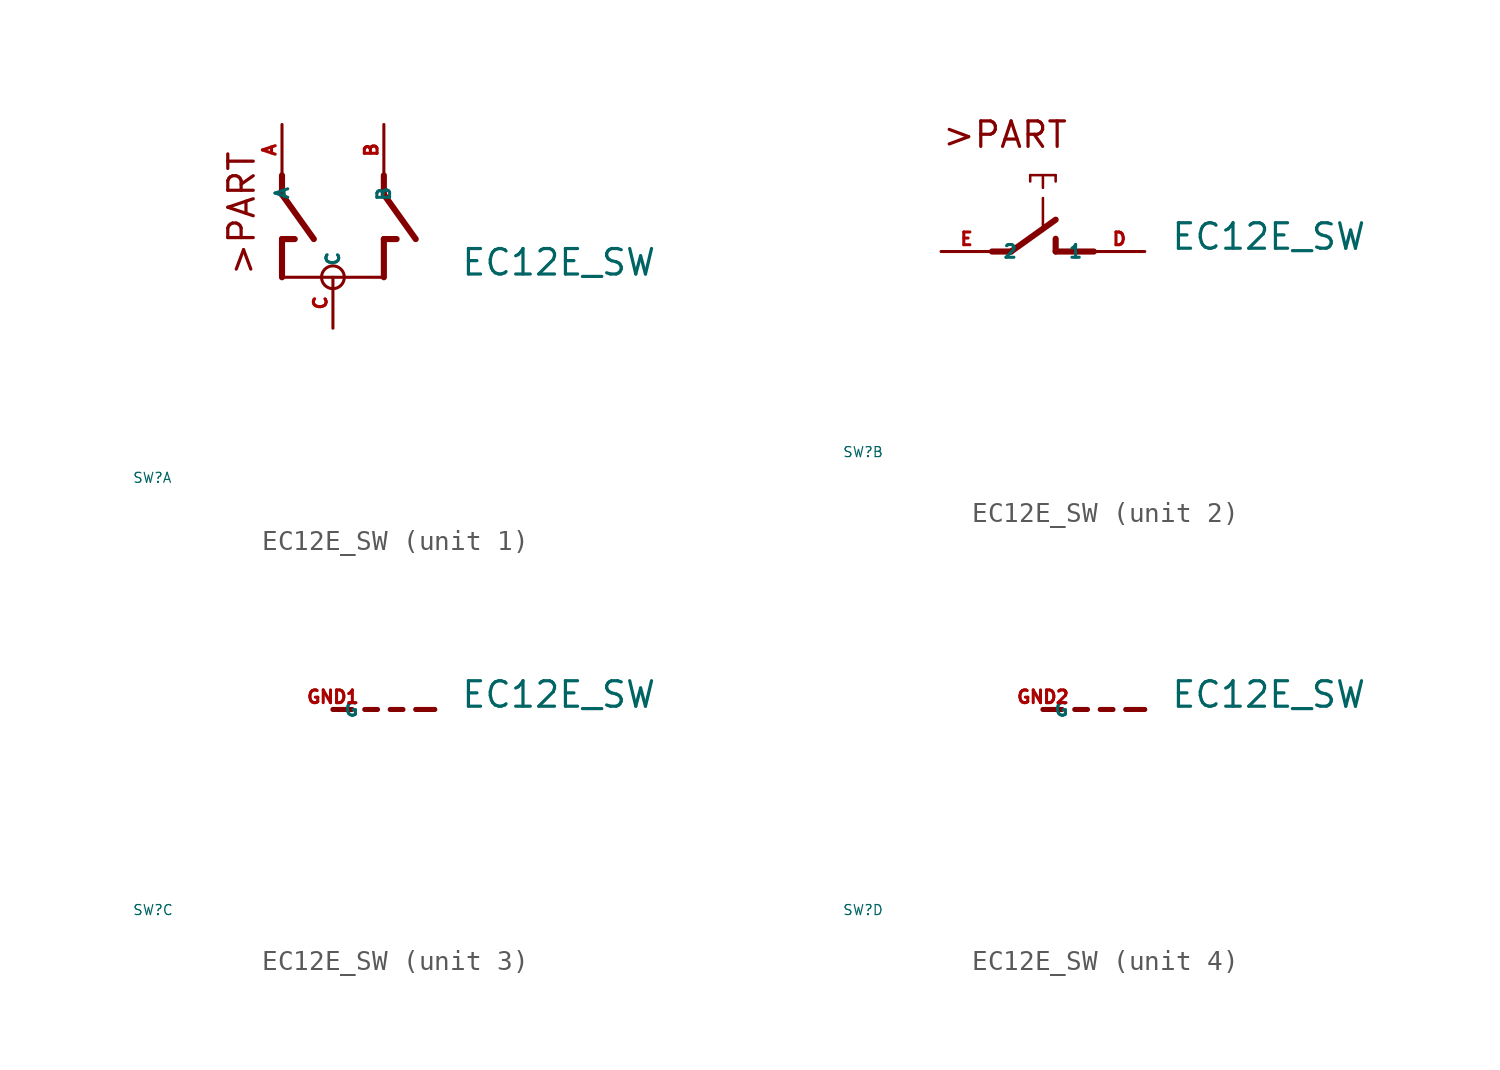
<source format=kicad_sym>
(kicad_symbol_lib
  (version 20220914)
  (generator Eagle2Kicad)
  (symbol "EC12E_SW"
    (property "Reference" "SW"
      (at -10 -10 0)
      (effects (font (size 0.5 0.5) (thickness 0.06)) (justify left)))
    (property "Value" "EC12E_SW"
      (at 6.35 0 0)
      (effects (font (size 1.27 1.27) (thickness 0.16)) (justify left bottom)))
    (symbol "EC12E_SW_1_0"
      (polyline (pts (xy -2.54 5.08) (xy -2.54 4.128)) (stroke (width 0.305) (type default)) (fill (type none)))
      (polyline (pts (xy -2.54 4.128) (xy -0.953 1.905)) (stroke (width 0.305) (type default)) (fill (type none)))
      (polyline (pts (xy -1.905 1.905) (xy -2.54 1.905)) (stroke (width 0.305) (type default)) (fill (type none)))
      (polyline (pts (xy -2.54 1.905) (xy -2.54 0)) (stroke (width 0.305) (type default)) (fill (type none)))
      (polyline (pts (xy 2.54 5.08) (xy 2.54 4.128)) (stroke (width 0.305) (type default)) (fill (type none)))
      (polyline (pts (xy 2.54 4.128) (xy 4.128 1.905)) (stroke (width 0.305) (type default)) (fill (type none)))
      (polyline (pts (xy 3.175 1.905) (xy 2.54 1.905)) (stroke (width 0.305) (type default)) (fill (type none)))
      (polyline (pts (xy 2.54 1.905) (xy 2.54 0)) (stroke (width 0.305) (type default)) (fill (type none)))
      (polyline (pts (xy -2.54 0) (xy 2.54 0)) (stroke (width 0.152) (type default)) (fill (type none)))
      (text ">PART" (at -3.81 0 900) (effects (font (size 1.27 1.27) (thickness 0.16)) (justify left bottom)))
      (circle (center 0 0) (radius 0.568) (stroke (width 0) (type default)) (fill (type none)))
      (pin passive line (at 0 -2.54 90) (length 2.54) (name "C" (effects (font (size 0.635 0.635) (thickness 0.08)) (justify left bottom))) (number "C" (effects (font (size 0.635 0.635) (thickness 0.08)) (justify left bottom))))
      (pin passive line (at -2.54 7.62 270) (length 2.54) (name "A" (effects (font (size 0.635 0.635) (thickness 0.08)) (justify left bottom))) (number "A" (effects (font (size 0.635 0.635) (thickness 0.08)) (justify left bottom))))
      (pin passive line (at 2.54 7.62 270) (length 2.54) (name "B" (effects (font (size 0.635 0.635) (thickness 0.08)) (justify left bottom))) (number "B" (effects (font (size 0.635 0.635) (thickness 0.08)) (justify left bottom)))))
    (symbol "EC12E_SW_2_0"
      (polyline (pts (xy -2.54 0) (xy -1.587 0)) (stroke (width 0.305) (type default)) (fill (type none)))
      (polyline (pts (xy -1.587 0) (xy 0.635 1.587)) (stroke (width 0.305) (type default)) (fill (type none)))
      (polyline (pts (xy 0.635 0.635) (xy 0.635 0)) (stroke (width 0.305) (type default)) (fill (type none)))
      (polyline (pts (xy 0.635 0) (xy 2.54 0)) (stroke (width 0.305) (type default)) (fill (type none)))
      (polyline (pts (xy 0 1.27) (xy 0 3.81)) (stroke (width 0.127) (type dash)) (fill (type none)))
      (polyline (pts (xy -0.635 3.81) (xy 0.635 3.81)) (stroke (width 0.127) (type default)) (fill (type none)))
      (polyline (pts (xy -0.635 3.81) (xy -0.635 3.493)) (stroke (width 0.127) (type default)) (fill (type none)))
      (polyline (pts (xy 0.635 3.81) (xy 0.635 3.493)) (stroke (width 0.127) (type default)) (fill (type none)))
      (text ">PART" (at -5.08 5.08 0) (effects (font (size 1.27 1.27) (thickness 0.16)) (justify left bottom)))
      (pin passive line (at 5.08 0 180) (length 2.54) (name "1" (effects (font (size 0.635 0.635) (thickness 0.08)) (justify left bottom))) (number "D" (effects (font (size 0.635 0.635) (thickness 0.08)) (justify left bottom))))
      (pin passive line (at -5.08 0 0) (length 2.54) (name "2" (effects (font (size 0.635 0.635) (thickness 0.08)) (justify left bottom))) (number "E" (effects (font (size 0.635 0.635) (thickness 0.08)) (justify left bottom)))))
    (symbol "EC12E_SW_3_0"
      (polyline (pts (xy 0 0) (xy 0.953 0)) (stroke (width 0.254) (type default)) (fill (type none)))
      (polyline (pts (xy 1.587 0) (xy 2.223 0)) (stroke (width 0.254) (type default)) (fill (type none)))
      (polyline (pts (xy 2.857 0) (xy 3.493 0)) (stroke (width 0.254) (type default)) (fill (type none)))
      (polyline (pts (xy 4.128 0) (xy 5.08 0)) (stroke (width 0.254) (type default)) (fill (type none)))
      (pin passive line (at 0 0 0) (length 0) (name "G" (effects (font (size 0.635 0.635) (thickness 0.08)) (justify left bottom))) (number "GND1" (effects (font (size 0.635 0.635) (thickness 0.08)) (justify left bottom)))))
    (symbol "EC12E_SW_4_0"
      (polyline (pts (xy 0 0) (xy 0.953 0)) (stroke (width 0.254) (type default)) (fill (type none)))
      (polyline (pts (xy 1.587 0) (xy 2.223 0)) (stroke (width 0.254) (type default)) (fill (type none)))
      (polyline (pts (xy 2.857 0) (xy 3.493 0)) (stroke (width 0.254) (type default)) (fill (type none)))
      (polyline (pts (xy 4.128 0) (xy 5.08 0)) (stroke (width 0.254) (type default)) (fill (type none)))
      (pin passive line (at 0 0 0) (length 0) (name "G" (effects (font (size 0.635 0.635) (thickness 0.08)) (justify left bottom))) (number "GND2" (effects (font (size 0.635 0.635) (thickness 0.08)) (justify left bottom)))))))
</source>
